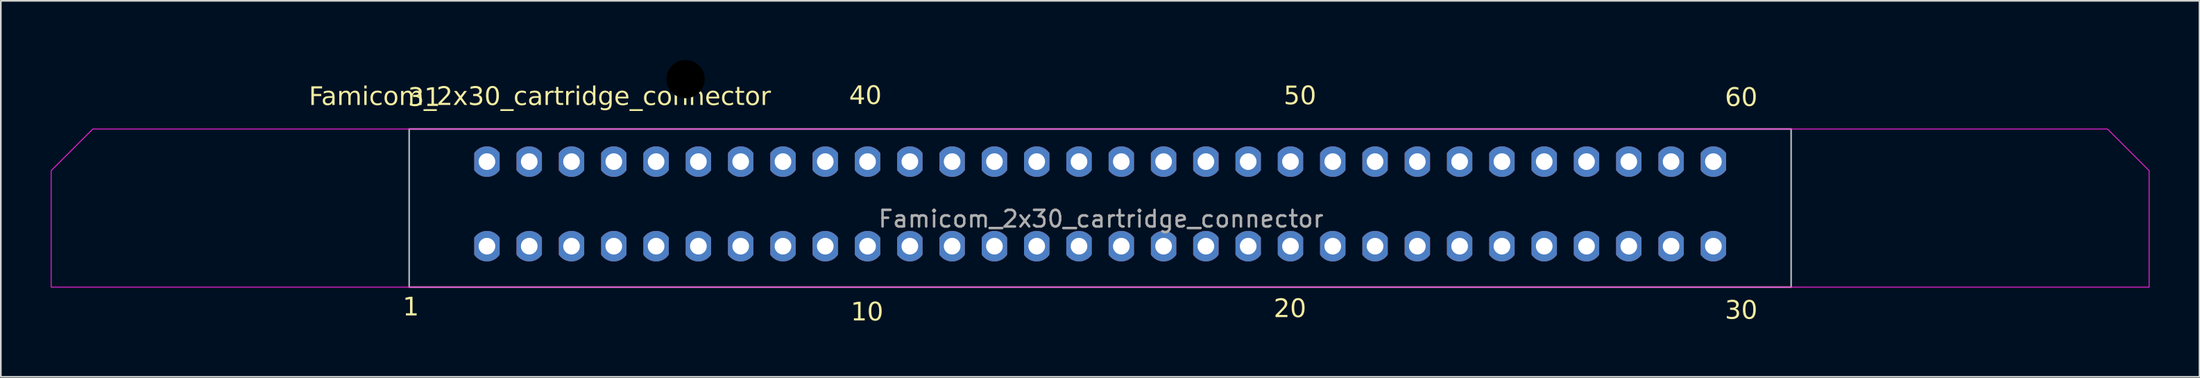
<source format=kicad_pcb>
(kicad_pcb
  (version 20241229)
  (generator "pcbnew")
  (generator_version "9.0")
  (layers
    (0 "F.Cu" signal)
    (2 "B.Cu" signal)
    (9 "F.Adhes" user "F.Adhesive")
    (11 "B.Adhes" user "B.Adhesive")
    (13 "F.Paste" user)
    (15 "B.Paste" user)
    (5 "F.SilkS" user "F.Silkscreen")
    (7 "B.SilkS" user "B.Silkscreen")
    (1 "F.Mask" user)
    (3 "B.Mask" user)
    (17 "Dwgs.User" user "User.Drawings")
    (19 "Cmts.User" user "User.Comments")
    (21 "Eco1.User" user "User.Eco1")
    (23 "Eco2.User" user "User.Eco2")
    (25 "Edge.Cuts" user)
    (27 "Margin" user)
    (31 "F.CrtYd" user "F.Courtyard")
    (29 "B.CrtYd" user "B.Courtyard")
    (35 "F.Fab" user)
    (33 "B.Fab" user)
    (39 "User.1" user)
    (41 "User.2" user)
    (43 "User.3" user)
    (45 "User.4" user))
  (footprint "Famicom_2x30_cartridge_connector"
    (layer "F.Cu")
    (at 63.025 9.2)
    (property "Reference" "Famicom_2x30_cartridge_connector" (at -33.65 -6.4 0) (unlocked yes) (layer "F.SilkS") (effects (font (face "FMD_PCB") (size 1.1 1.1) (thickness 0.1))))
    (attr through_hole)
    (fp_poly (pts (xy -60.5 -4.5) (xy 60.5 -4.5) (xy 63 -2) (xy 63 5) (xy -63 5) (xy -63 -2)) (stroke (width 0.05) (type solid)) (fill no) (layer "F.CrtYd"))
    (fp_rect (start -41.5 -4.5) (end 41.5 5) (stroke (width 0.1) (type default)) (fill no) (layer "F.Fab"))
    (fp_text user "60" (at 38.5 -5.7 0) (unlocked yes) (layer "F.SilkS") (effects (font (face "FMD_PCB") (size 1.1 1.1) (thickness 0.1)) (justify bottom)))
    (fp_text user "20" (at 11.4 5.7 0) (unlocked yes) (layer "F.SilkS") (effects (font (face "FMD_PCB") (size 1.1 1.1) (thickness 0.1)) (justify top)))
    (fp_text user "31" (at -40.6 -5.7 0) (unlocked yes) (layer "F.SilkS") (effects (font (face "FMD_PCB") (size 1.1 1.1) (thickness 0.1)) (justify bottom)))
    (fp_text user "1" (at -41.4 5.6 0) (unlocked yes) (layer "F.SilkS") (effects (font (face "FMD_PCB") (size 1.1 1.1) (thickness 0.1)) (justify top)))
    (fp_text user "40" (at -14.1 -7.1 0) (unlocked yes) (layer "F.SilkS") (effects (font (face "FMD_PCB") (size 1.1 1.1) (thickness 0.1)) (justify top)))
    (fp_text user "30" (at 38.5 5.8 0) (unlocked yes) (layer "F.SilkS") (effects (font (face "FMD_PCB") (size 1.1 1.1) (thickness 0.1)) (justify top)))
    (fp_text user "50" (at 12 -5.8 0) (unlocked yes) (layer "F.SilkS") (effects (font (face "FMD_PCB") (size 1.1 1.1) (thickness 0.1)) (justify bottom)))
    (fp_text user "10" (at -14 5.9 0) (unlocked yes) (layer "F.SilkS") (effects (font (face "FMD_PCB") (size 1.1 1.1) (thickness 0.1)) (justify top)))
    (fp_text user "${REFERENCE}" (at 0.05 0.9 0) (unlocked yes) (layer "F.Fab") (effects (font (size 1 1) (thickness 0.15))))
    (pad "" np_thru_hole circle (at -24.9 -7.5) (size 3.4 3.4) (drill 2.3) (layers "*.Mask"))
    (pad "1" thru_hole custom (at -36.83 2.54) (size 1.5 1.5) (drill 1) (layers "*.Cu" "*.Mask") (options (anchor circle)) (primitives (gr_poly (pts (arc (start 0.762 -0.508) (mid 0 -0.91581) (end -0.762 -0.508)) (xy -0.762 0) (arc (start -0.762 0.508) (mid 0 0.91581) (end 0.762 0.508))) (width 0) (fill yes))))
    (pad "2" thru_hole custom (at -34.29 2.54) (size 1.5 1.5) (drill 1) (layers "*.Cu" "*.Mask") (options (anchor circle)) (primitives (gr_poly (pts (arc (start 0.762 -0.508) (mid 0 -0.91581) (end -0.762 -0.508)) (xy -0.762 0) (arc (start -0.762 0.508) (mid 0 0.91581) (end 0.762 0.508))) (width 0) (fill yes))))
    (pad "3" thru_hole custom (at -31.75 2.54) (size 1.5 1.5) (drill 1) (layers "*.Cu" "*.Mask") (options (anchor circle)) (primitives (gr_poly (pts (arc (start 0.762 -0.508) (mid 0 -0.91581) (end -0.762 -0.508)) (xy -0.762 0) (arc (start -0.762 0.508) (mid 0 0.91581) (end 0.762 0.508))) (width 0) (fill yes))))
    (pad "4" thru_hole custom (at -29.21 2.54) (size 1.5 1.5) (drill 1) (layers "*.Cu" "*.Mask") (options (anchor circle)) (primitives (gr_poly (pts (arc (start 0.762 -0.508) (mid 0 -0.91581) (end -0.762 -0.508)) (xy -0.762 0) (arc (start -0.762 0.508) (mid 0 0.91581) (end 0.762 0.508))) (width 0) (fill yes))))
    (pad "5" thru_hole custom (at -26.67 2.54) (size 1.5 1.5) (drill 1) (layers "*.Cu" "*.Mask") (options (anchor circle)) (primitives (gr_poly (pts (arc (start 0.762 -0.508) (mid 0 -0.91581) (end -0.762 -0.508)) (xy -0.762 0) (arc (start -0.762 0.508) (mid 0 0.91581) (end 0.762 0.508))) (width 0) (fill yes))))
    (pad "6" thru_hole custom (at -24.13 2.54) (size 1.5 1.5) (drill 1) (layers "*.Cu" "*.Mask") (options (anchor circle)) (primitives (gr_poly (pts (arc (start 0.762 -0.508) (mid 0 -0.91581) (end -0.762 -0.508)) (xy -0.762 0) (arc (start -0.762 0.508) (mid 0 0.91581) (end 0.762 0.508))) (width 0) (fill yes))))
    (pad "7" thru_hole custom (at -21.59 2.54) (size 1.5 1.5) (drill 1) (layers "*.Cu" "*.Mask") (options (anchor circle)) (primitives (gr_poly (pts (arc (start 0.762 -0.508) (mid 0 -0.91581) (end -0.762 -0.508)) (xy -0.762 0) (arc (start -0.762 0.508) (mid 0 0.91581) (end 0.762 0.508))) (width 0) (fill yes))))
    (pad "8" thru_hole custom (at -19.05 2.54) (size 1.5 1.5) (drill 1) (layers "*.Cu" "*.Mask") (options (anchor circle)) (primitives (gr_poly (pts (arc (start 0.762 -0.508) (mid 0 -0.91581) (end -0.762 -0.508)) (xy -0.762 0) (arc (start -0.762 0.508) (mid 0 0.91581) (end 0.762 0.508))) (width 0) (fill yes))))
    (pad "9" thru_hole custom (at -16.51 2.54) (size 1.5 1.5) (drill 1) (layers "*.Cu" "*.Mask") (options (anchor circle)) (primitives (gr_poly (pts (arc (start 0.762 -0.508) (mid 0 -0.91581) (end -0.762 -0.508)) (xy -0.762 0) (arc (start -0.762 0.508) (mid 0 0.91581) (end 0.762 0.508))) (width 0) (fill yes))))
    (pad "10" thru_hole custom (at -13.97 2.54) (size 1.5 1.5) (drill 1) (layers "*.Cu" "*.Mask") (options (anchor circle)) (primitives (gr_poly (pts (arc (start 0.762 -0.508) (mid 0 -0.91581) (end -0.762 -0.508)) (xy -0.762 0) (arc (start -0.762 0.508) (mid 0 0.91581) (end 0.762 0.508))) (width 0) (fill yes))))
    (pad "11" thru_hole custom (at -11.43 2.54) (size 1.5 1.5) (drill 1) (layers "*.Cu" "*.Mask") (options (anchor circle)) (primitives (gr_poly (pts (arc (start 0.762 -0.508) (mid 0 -0.91581) (end -0.762 -0.508)) (xy -0.762 0) (arc (start -0.762 0.508) (mid 0 0.91581) (end 0.762 0.508))) (width 0) (fill yes))))
    (pad "12" thru_hole custom (at -8.89 2.54) (size 1.5 1.5) (drill 1) (layers "*.Cu" "*.Mask") (options (anchor circle)) (primitives (gr_poly (pts (arc (start 0.762 -0.508) (mid 0 -0.91581) (end -0.762 -0.508)) (xy -0.762 0) (arc (start -0.762 0.508) (mid 0 0.91581) (end 0.762 0.508))) (width 0) (fill yes))))
    (pad "13" thru_hole custom (at -6.35 2.54) (size 1.5 1.5) (drill 1) (layers "*.Cu" "*.Mask") (options (anchor circle)) (primitives (gr_poly (pts (arc (start 0.762 -0.508) (mid 0 -0.91581) (end -0.762 -0.508)) (xy -0.762 0) (arc (start -0.762 0.508) (mid 0 0.91581) (end 0.762 0.508))) (width 0) (fill yes))))
    (pad "14" thru_hole custom (at -3.81 2.54) (size 1.5 1.5) (drill 1) (layers "*.Cu" "*.Mask") (options (anchor circle)) (primitives (gr_poly (pts (arc (start 0.762 -0.508) (mid 0 -0.91581) (end -0.762 -0.508)) (xy -0.762 0) (arc (start -0.762 0.508) (mid 0 0.91581) (end 0.762 0.508))) (width 0) (fill yes))))
    (pad "15" thru_hole custom (at -1.27 2.54) (size 1.5 1.5) (drill 1) (layers "*.Cu" "*.Mask") (options (anchor circle)) (primitives (gr_poly (pts (arc (start 0.762 -0.508) (mid 0 -0.91581) (end -0.762 -0.508)) (xy -0.762 0) (arc (start -0.762 0.508) (mid 0 0.91581) (end 0.762 0.508))) (width 0) (fill yes))))
    (pad "16" thru_hole custom (at 1.27 2.54) (size 1.5 1.5) (drill 1) (layers "*.Cu" "*.Mask") (options (anchor circle)) (primitives (gr_poly (pts (arc (start 0.762 -0.508) (mid 0 -0.91581) (end -0.762 -0.508)) (xy -0.762 0) (arc (start -0.762 0.508) (mid 0 0.91581) (end 0.762 0.508))) (width 0) (fill yes))))
    (pad "17" thru_hole custom (at 3.81 2.54) (size 1.5 1.5) (drill 1) (layers "*.Cu" "*.Mask") (options (anchor circle)) (primitives (gr_poly (pts (arc (start 0.762 -0.508) (mid 0 -0.91581) (end -0.762 -0.508)) (xy -0.762 0) (arc (start -0.762 0.508) (mid 0 0.91581) (end 0.762 0.508))) (width 0) (fill yes))))
    (pad "18" thru_hole custom (at 6.35 2.54) (size 1.5 1.5) (drill 1) (layers "*.Cu" "*.Mask") (options (anchor circle)) (primitives (gr_poly (pts (arc (start 0.762 -0.508) (mid 0 -0.91581) (end -0.762 -0.508)) (xy -0.762 0) (arc (start -0.762 0.508) (mid 0 0.91581) (end 0.762 0.508))) (width 0) (fill yes))))
    (pad "19" thru_hole custom (at 8.89 2.54) (size 1.5 1.5) (drill 1) (layers "*.Cu" "*.Mask") (options (anchor circle)) (primitives (gr_poly (pts (arc (start 0.762 -0.508) (mid 0 -0.91581) (end -0.762 -0.508)) (xy -0.762 0) (arc (start -0.762 0.508) (mid 0 0.91581) (end 0.762 0.508))) (width 0) (fill yes))))
    (pad "20" thru_hole custom (at 11.43 2.54) (size 1.5 1.5) (drill 1) (layers "*.Cu" "*.Mask") (options (anchor circle)) (primitives (gr_poly (pts (arc (start 0.762 -0.508) (mid 0 -0.91581) (end -0.762 -0.508)) (xy -0.762 0) (arc (start -0.762 0.508) (mid 0 0.91581) (end 0.762 0.508))) (width 0) (fill yes))))
    (pad "21" thru_hole custom (at 13.97 2.54) (size 1.5 1.5) (drill 1) (layers "*.Cu" "*.Mask") (options (anchor circle)) (primitives (gr_poly (pts (arc (start 0.762 -0.508) (mid 0 -0.91581) (end -0.762 -0.508)) (xy -0.762 0) (arc (start -0.762 0.508) (mid 0 0.91581) (end 0.762 0.508))) (width 0) (fill yes))))
    (pad "22" thru_hole custom (at 16.51 2.54) (size 1.5 1.5) (drill 1) (layers "*.Cu" "*.Mask") (options (anchor circle)) (primitives (gr_poly (pts (arc (start 0.762 -0.508) (mid 0 -0.91581) (end -0.762 -0.508)) (xy -0.762 0) (arc (start -0.762 0.508) (mid 0 0.91581) (end 0.762 0.508))) (width 0) (fill yes))))
    (pad "23" thru_hole custom (at 19.05 2.54) (size 1.5 1.5) (drill 1) (layers "*.Cu" "*.Mask") (options (anchor circle)) (primitives (gr_poly (pts (arc (start 0.762 -0.508) (mid 0 -0.91581) (end -0.762 -0.508)) (xy -0.762 0) (arc (start -0.762 0.508) (mid 0 0.91581) (end 0.762 0.508))) (width 0) (fill yes))))
    (pad "24" thru_hole custom (at 21.59 2.54) (size 1.5 1.5) (drill 1) (layers "*.Cu" "*.Mask") (options (anchor circle)) (primitives (gr_poly (pts (arc (start 0.762 -0.508) (mid 0 -0.91581) (end -0.762 -0.508)) (xy -0.762 0) (arc (start -0.762 0.508) (mid 0 0.91581) (end 0.762 0.508))) (width 0) (fill yes))))
    (pad "25" thru_hole custom (at 24.13 2.54) (size 1.5 1.5) (drill 1) (layers "*.Cu" "*.Mask") (options (anchor circle)) (primitives (gr_poly (pts (arc (start 0.762 -0.508) (mid 0 -0.91581) (end -0.762 -0.508)) (xy -0.762 0) (arc (start -0.762 0.508) (mid 0 0.91581) (end 0.762 0.508))) (width 0) (fill yes))))
    (pad "26" thru_hole custom (at 26.67 2.54) (size 1.5 1.5) (drill 1) (layers "*.Cu" "*.Mask") (options (anchor circle)) (primitives (gr_poly (pts (arc (start 0.762 -0.508) (mid 0 -0.91581) (end -0.762 -0.508)) (xy -0.762 0) (arc (start -0.762 0.508) (mid 0 0.91581) (end 0.762 0.508))) (width 0) (fill yes))))
    (pad "27" thru_hole custom (at 29.21 2.54) (size 1.5 1.5) (drill 1) (layers "*.Cu" "*.Mask") (options (anchor circle)) (primitives (gr_poly (pts (arc (start 0.762 -0.508) (mid 0 -0.91581) (end -0.762 -0.508)) (xy -0.762 0) (arc (start -0.762 0.508) (mid 0 0.91581) (end 0.762 0.508))) (width 0) (fill yes))))
    (pad "28" thru_hole custom (at 31.75 2.54) (size 1.5 1.5) (drill 1) (layers "*.Cu" "*.Mask") (options (anchor circle)) (primitives (gr_poly (pts (arc (start 0.762 -0.508) (mid 0 -0.91581) (end -0.762 -0.508)) (xy -0.762 0) (arc (start -0.762 0.508) (mid 0 0.91581) (end 0.762 0.508))) (width 0) (fill yes))))
    (pad "29" thru_hole custom (at 34.29 2.54) (size 1.5 1.5) (drill 1) (layers "*.Cu" "*.Mask") (options (anchor circle)) (primitives (gr_poly (pts (arc (start 0.762 -0.508) (mid 0 -0.91581) (end -0.762 -0.508)) (xy -0.762 0) (arc (start -0.762 0.508) (mid 0 0.91581) (end 0.762 0.508))) (width 0) (fill yes))))
    (pad "30" thru_hole custom (at 36.83 2.54) (size 1.5 1.5) (drill 1) (layers "*.Cu" "*.Mask") (options (anchor circle)) (primitives (gr_poly (pts (arc (start 0.762 -0.508) (mid 0 -0.91581) (end -0.762 -0.508)) (xy -0.762 0) (arc (start -0.762 0.508) (mid 0 0.91581) (end 0.762 0.508))) (width 0) (fill yes))))
    (pad "31" thru_hole custom (at -36.83 -2.54) (size 1.5 1.5) (drill 1) (layers "*.Cu" "*.Mask") (options (anchor circle)) (primitives (gr_poly (pts (arc (start 0.762 -0.508) (mid 0 -0.91581) (end -0.762 -0.508)) (xy -0.762 0) (arc (start -0.762 0.508) (mid 0 0.91581) (end 0.762 0.508))) (width 0) (fill yes))))
    (pad "32" thru_hole custom (at -34.29 -2.54) (size 1.5 1.5) (drill 1) (layers "*.Cu" "*.Mask") (options (anchor circle)) (primitives (gr_poly (pts (arc (start 0.762 -0.508) (mid 0 -0.91581) (end -0.762 -0.508)) (xy -0.762 0) (arc (start -0.762 0.508) (mid 0 0.91581) (end 0.762 0.508))) (width 0) (fill yes))))
    (pad "33" thru_hole custom (at -31.75 -2.54) (size 1.5 1.5) (drill 1) (layers "*.Cu" "*.Mask") (options (anchor circle)) (primitives (gr_poly (pts (arc (start 0.762 -0.508) (mid 0 -0.91581) (end -0.762 -0.508)) (xy -0.762 0) (arc (start -0.762 0.508) (mid 0 0.91581) (end 0.762 0.508))) (width 0) (fill yes))))
    (pad "34" thru_hole custom (at -29.21 -2.54) (size 1.5 1.5) (drill 1) (layers "*.Cu" "*.Mask") (options (anchor circle)) (primitives (gr_poly (pts (arc (start 0.762 -0.508) (mid 0 -0.91581) (end -0.762 -0.508)) (xy -0.762 0) (arc (start -0.762 0.508) (mid 0 0.91581) (end 0.762 0.508))) (width 0) (fill yes))))
    (pad "35" thru_hole custom (at -26.67 -2.54) (size 1.5 1.5) (drill 1) (layers "*.Cu" "*.Mask") (options (anchor circle)) (primitives (gr_poly (pts (arc (start 0.762 -0.508) (mid 0 -0.91581) (end -0.762 -0.508)) (xy -0.762 0) (arc (start -0.762 0.508) (mid 0 0.91581) (end 0.762 0.508))) (width 0) (fill yes))))
    (pad "36" thru_hole custom (at -24.13 -2.54) (size 1.5 1.5) (drill 1) (layers "*.Cu" "*.Mask") (options (anchor circle)) (primitives (gr_poly (pts (arc (start 0.762 -0.508) (mid 0 -0.91581) (end -0.762 -0.508)) (xy -0.762 0) (arc (start -0.762 0.508) (mid 0 0.91581) (end 0.762 0.508))) (width 0) (fill yes))))
    (pad "37" thru_hole custom (at -21.59 -2.54) (size 1.5 1.5) (drill 1) (layers "*.Cu" "*.Mask") (options (anchor circle)) (primitives (gr_poly (pts (arc (start 0.762 -0.508) (mid 0 -0.91581) (end -0.762 -0.508)) (xy -0.762 0) (arc (start -0.762 0.508) (mid 0 0.91581) (end 0.762 0.508))) (width 0) (fill yes))))
    (pad "38" thru_hole custom (at -19.05 -2.54) (size 1.5 1.5) (drill 1) (layers "*.Cu" "*.Mask") (options (anchor circle)) (primitives (gr_poly (pts (arc (start 0.762 -0.508) (mid 0 -0.91581) (end -0.762 -0.508)) (xy -0.762 0) (arc (start -0.762 0.508) (mid 0 0.91581) (end 0.762 0.508))) (width 0) (fill yes))))
    (pad "39" thru_hole custom (at -16.51 -2.54) (size 1.5 1.5) (drill 1) (layers "*.Cu" "*.Mask") (options (anchor circle)) (primitives (gr_poly (pts (arc (start 0.762 -0.508) (mid 0 -0.91581) (end -0.762 -0.508)) (xy -0.762 0) (arc (start -0.762 0.508) (mid 0 0.91581) (end 0.762 0.508))) (width 0) (fill yes))))
    (pad "40" thru_hole custom (at -13.97 -2.54) (size 1.5 1.5) (drill 1) (layers "*.Cu" "*.Mask") (options (anchor circle)) (primitives (gr_poly (pts (arc (start 0.762 -0.508) (mid 0 -0.91581) (end -0.762 -0.508)) (xy -0.762 0) (arc (start -0.762 0.508) (mid 0 0.91581) (end 0.762 0.508))) (width 0) (fill yes))))
    (pad "41" thru_hole custom (at -11.43 -2.54) (size 1.5 1.5) (drill 1) (layers "*.Cu" "*.Mask") (options (anchor circle)) (primitives (gr_poly (pts (arc (start 0.762 -0.508) (mid 0 -0.91581) (end -0.762 -0.508)) (xy -0.762 0) (arc (start -0.762 0.508) (mid 0 0.91581) (end 0.762 0.508))) (width 0) (fill yes))))
    (pad "42" thru_hole custom (at -8.89 -2.54) (size 1.5 1.5) (drill 1) (layers "*.Cu" "*.Mask") (options (anchor circle)) (primitives (gr_poly (pts (arc (start 0.762 -0.508) (mid 0 -0.91581) (end -0.762 -0.508)) (xy -0.762 0) (arc (start -0.762 0.508) (mid 0 0.91581) (end 0.762 0.508))) (width 0) (fill yes))))
    (pad "43" thru_hole custom (at -6.35 -2.54) (size 1.5 1.5) (drill 1) (layers "*.Cu" "*.Mask") (options (anchor circle)) (primitives (gr_poly (pts (arc (start 0.762 -0.508) (mid 0 -0.91581) (end -0.762 -0.508)) (xy -0.762 0) (arc (start -0.762 0.508) (mid 0 0.91581) (end 0.762 0.508))) (width 0) (fill yes))))
    (pad "44" thru_hole custom (at -3.81 -2.54) (size 1.5 1.5) (drill 1) (layers "*.Cu" "*.Mask") (options (anchor circle)) (primitives (gr_poly (pts (arc (start 0.762 -0.508) (mid 0 -0.91581) (end -0.762 -0.508)) (xy -0.762 0) (arc (start -0.762 0.508) (mid 0 0.91581) (end 0.762 0.508))) (width 0) (fill yes))))
    (pad "45" thru_hole custom (at -1.27 -2.54) (size 1.5 1.5) (drill 1) (layers "*.Cu" "*.Mask") (options (anchor circle)) (primitives (gr_poly (pts (arc (start 0.762 -0.508) (mid 0 -0.91581) (end -0.762 -0.508)) (xy -0.762 0) (arc (start -0.762 0.508) (mid 0 0.91581) (end 0.762 0.508))) (width 0) (fill yes))))
    (pad "46" thru_hole custom (at 1.27 -2.54) (size 1.5 1.5) (drill 1) (layers "*.Cu" "*.Mask") (options (anchor circle)) (primitives (gr_poly (pts (arc (start 0.762 -0.508) (mid 0 -0.91581) (end -0.762 -0.508)) (xy -0.762 0) (arc (start -0.762 0.508) (mid 0 0.91581) (end 0.762 0.508))) (width 0) (fill yes))))
    (pad "47" thru_hole custom (at 3.81 -2.54) (size 1.5 1.5) (drill 1) (layers "*.Cu" "*.Mask") (options (anchor circle)) (primitives (gr_poly (pts (arc (start 0.762 -0.508) (mid 0 -0.91581) (end -0.762 -0.508)) (xy -0.762 0) (arc (start -0.762 0.508) (mid 0 0.91581) (end 0.762 0.508))) (width 0) (fill yes))))
    (pad "48" thru_hole custom (at 6.35 -2.54) (size 1.5 1.5) (drill 1) (layers "*.Cu" "*.Mask") (options (anchor circle)) (primitives (gr_poly (pts (arc (start 0.762 -0.508) (mid 0 -0.91581) (end -0.762 -0.508)) (xy -0.762 0) (arc (start -0.762 0.508) (mid 0 0.91581) (end 0.762 0.508))) (width 0) (fill yes))))
    (pad "49" thru_hole custom (at 8.89 -2.54) (size 1.5 1.5) (drill 1) (layers "*.Cu" "*.Mask") (options (anchor circle)) (primitives (gr_poly (pts (arc (start 0.762 -0.508) (mid 0 -0.91581) (end -0.762 -0.508)) (xy -0.762 0) (arc (start -0.762 0.508) (mid 0 0.91581) (end 0.762 0.508))) (width 0) (fill yes))))
    (pad "50" thru_hole custom (at 11.43 -2.54) (size 1.5 1.5) (drill 1) (layers "*.Cu" "*.Mask") (options (anchor circle)) (primitives (gr_poly (pts (arc (start 0.762 -0.508) (mid 0 -0.91581) (end -0.762 -0.508)) (xy -0.762 0) (arc (start -0.762 0.508) (mid 0 0.91581) (end 0.762 0.508))) (width 0) (fill yes))))
    (pad "51" thru_hole custom (at 13.97 -2.54) (size 1.5 1.5) (drill 1) (layers "*.Cu" "*.Mask") (options (anchor circle)) (primitives (gr_poly (pts (arc (start 0.762 -0.508) (mid 0 -0.91581) (end -0.762 -0.508)) (xy -0.762 0) (arc (start -0.762 0.508) (mid 0 0.91581) (end 0.762 0.508))) (width 0) (fill yes))))
    (pad "52" thru_hole custom (at 16.51 -2.54) (size 1.5 1.5) (drill 1) (layers "*.Cu" "*.Mask") (options (anchor circle)) (primitives (gr_poly (pts (arc (start 0.762 -0.508) (mid 0 -0.91581) (end -0.762 -0.508)) (xy -0.762 0) (arc (start -0.762 0.508) (mid 0 0.91581) (end 0.762 0.508))) (width 0) (fill yes))))
    (pad "53" thru_hole custom (at 19.05 -2.54) (size 1.5 1.5) (drill 1) (layers "*.Cu" "*.Mask") (options (anchor circle)) (primitives (gr_poly (pts (arc (start 0.762 -0.508) (mid 0 -0.91581) (end -0.762 -0.508)) (xy -0.762 0) (arc (start -0.762 0.508) (mid 0 0.91581) (end 0.762 0.508))) (width 0) (fill yes))))
    (pad "54" thru_hole custom (at 21.59 -2.54) (size 1.5 1.5) (drill 1) (layers "*.Cu" "*.Mask") (options (anchor circle)) (primitives (gr_poly (pts (arc (start 0.762 -0.508) (mid 0 -0.91581) (end -0.762 -0.508)) (xy -0.762 0) (arc (start -0.762 0.508) (mid 0 0.91581) (end 0.762 0.508))) (width 0) (fill yes))))
    (pad "55" thru_hole custom (at 24.13 -2.54) (size 1.5 1.5) (drill 1) (layers "*.Cu" "*.Mask") (options (anchor circle)) (primitives (gr_poly (pts (arc (start 0.762 -0.508) (mid 0 -0.91581) (end -0.762 -0.508)) (xy -0.762 0) (arc (start -0.762 0.508) (mid 0 0.91581) (end 0.762 0.508))) (width 0) (fill yes))))
    (pad "56" thru_hole custom (at 26.67 -2.54) (size 1.5 1.5) (drill 1) (layers "*.Cu" "*.Mask") (options (anchor circle)) (primitives (gr_poly (pts (arc (start 0.762 -0.508) (mid 0 -0.91581) (end -0.762 -0.508)) (xy -0.762 0) (arc (start -0.762 0.508) (mid 0 0.91581) (end 0.762 0.508))) (width 0) (fill yes))))
    (pad "57" thru_hole custom (at 29.21 -2.54) (size 1.5 1.5) (drill 1) (layers "*.Cu" "*.Mask") (options (anchor circle)) (primitives (gr_poly (pts (arc (start 0.762 -0.508) (mid 0 -0.91581) (end -0.762 -0.508)) (xy -0.762 0) (arc (start -0.762 0.508) (mid 0 0.91581) (end 0.762 0.508))) (width 0) (fill yes))))
    (pad "58" thru_hole custom (at 31.75 -2.54) (size 1.5 1.5) (drill 1) (layers "*.Cu" "*.Mask") (options (anchor circle)) (primitives (gr_poly (pts (arc (start 0.762 -0.508) (mid 0 -0.91581) (end -0.762 -0.508)) (xy -0.762 0) (arc (start -0.762 0.508) (mid 0 0.91581) (end 0.762 0.508))) (width 0) (fill yes))))
    (pad "59" thru_hole custom (at 34.29 -2.54) (size 1.5 1.5) (drill 1) (layers "*.Cu" "*.Mask") (options (anchor circle)) (primitives (gr_poly (pts (arc (start 0.762 -0.508) (mid 0 -0.91581) (end -0.762 -0.508)) (xy -0.762 0) (arc (start -0.762 0.508) (mid 0 0.91581) (end 0.762 0.508))) (width 0) (fill yes))))
    (pad "60" thru_hole custom (at 36.83 -2.54) (size 1.5 1.5) (drill 1) (layers "*.Cu" "*.Mask") (options (anchor circle)) (primitives (gr_poly (pts (arc (start 0.762 -0.508) (mid 0 -0.91581) (end -0.762 -0.508)) (xy -0.762 0) (arc (start -0.762 0.508) (mid 0 0.91581) (end 0.762 0.508))) (width 0) (fill yes)))))
  (gr_rect
    (start -3 -3)
    (end 129.05 19.591)
    (stroke (width 0.1) (type default))
    (fill no)
    (layer "Edge.Cuts")))
</source>
